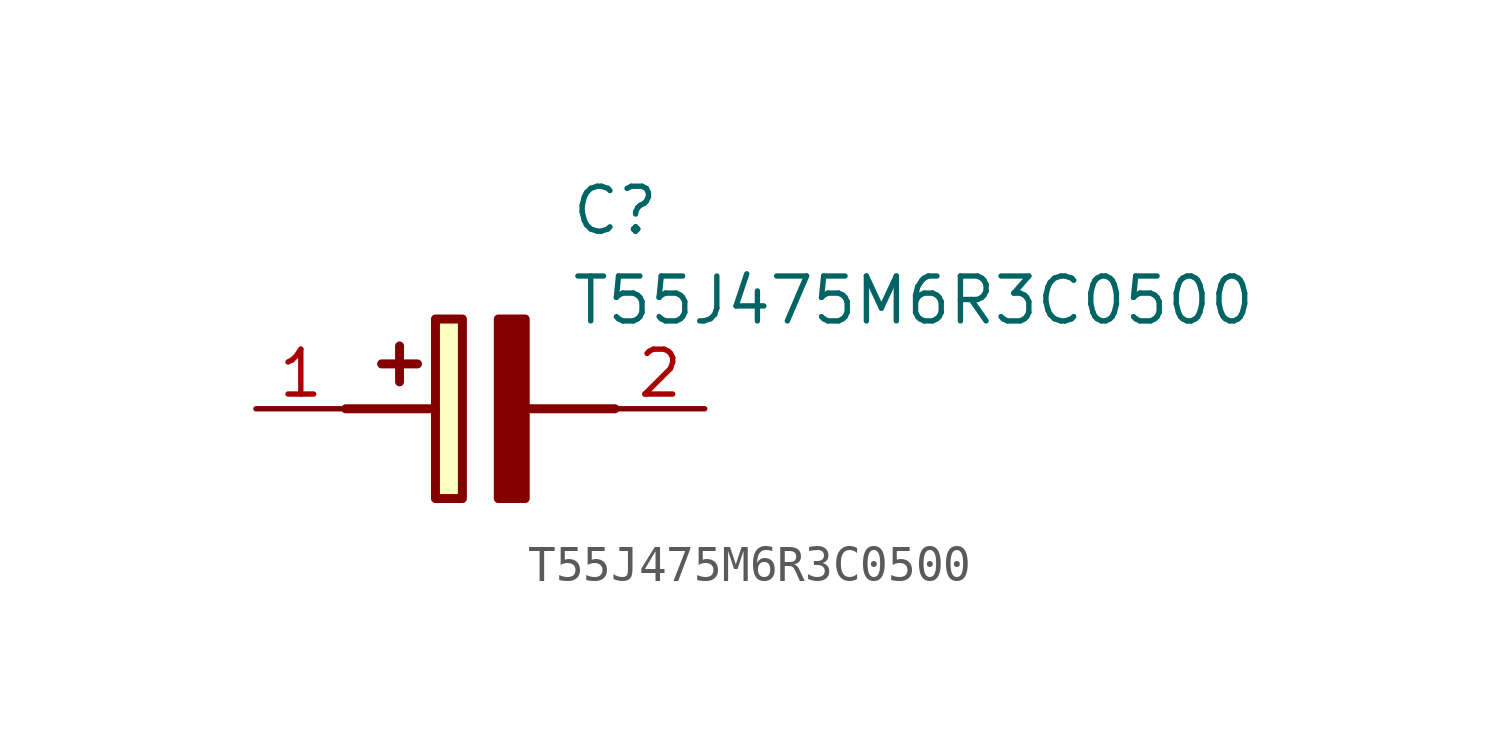
<source format=kicad_sym>
(kicad_symbol_lib
  (version 20211014)
  (generator SamacSys_ECAD_Model)
  (symbol "T55J475M6R3C0500"
    (pin_names hide)
    (property "Reference" "C"
      (at 8.89 6.35 0)
      (effects (font (size 1.27 1.27)) (justify left top)))
    (property "Value" "T55J475M6R3C0500"
      (at 8.89 3.81 0)
      (effects (font (size 1.27 1.27)) (justify left top)))
    (rectangle
      (start 5.08 2.54)
      (end 5.842 -2.54)
      (stroke (width 0.254) (type default))
      (fill (type background)))
    (polyline
      (pts (xy 4.572 1.27) (xy 3.556 1.27))
      (stroke (width 0.254) (type default))
      (fill (type none)))
    (polyline
      (pts (xy 4.064 1.778) (xy 4.064 0.762))
      (stroke (width 0.254) (type default))
      (fill (type none)))
    (polyline
      (pts (xy 2.54 0) (xy 5.08 0))
      (stroke (width 0.254) (type default))
      (fill (type none)))
    (polyline
      (pts (xy 7.62 0) (xy 10.16 0))
      (stroke (width 0.254) (type default))
      (fill (type none)))
    (polyline
      (pts (xy 7.62 2.54) (xy 7.62 -2.54) (xy 6.858 -2.54) (xy 6.858 2.54) (xy 7.62 2.54))
      (stroke (width 0.254) (type default))
      (fill (type outline)))
    (pin passive line
      (at 0 0 0)
      (length 2.54)
      (name "+" (effects (font (size 1.27 1.27))))
      (number "1" (effects (font (size 1.27 1.27)))))
    (pin passive line
      (at 12.7 0 180)
      (length 2.54)
      (name "-" (effects (font (size 1.27 1.27))))
      (number "2" (effects (font (size 1.27 1.27)))))))
</source>
